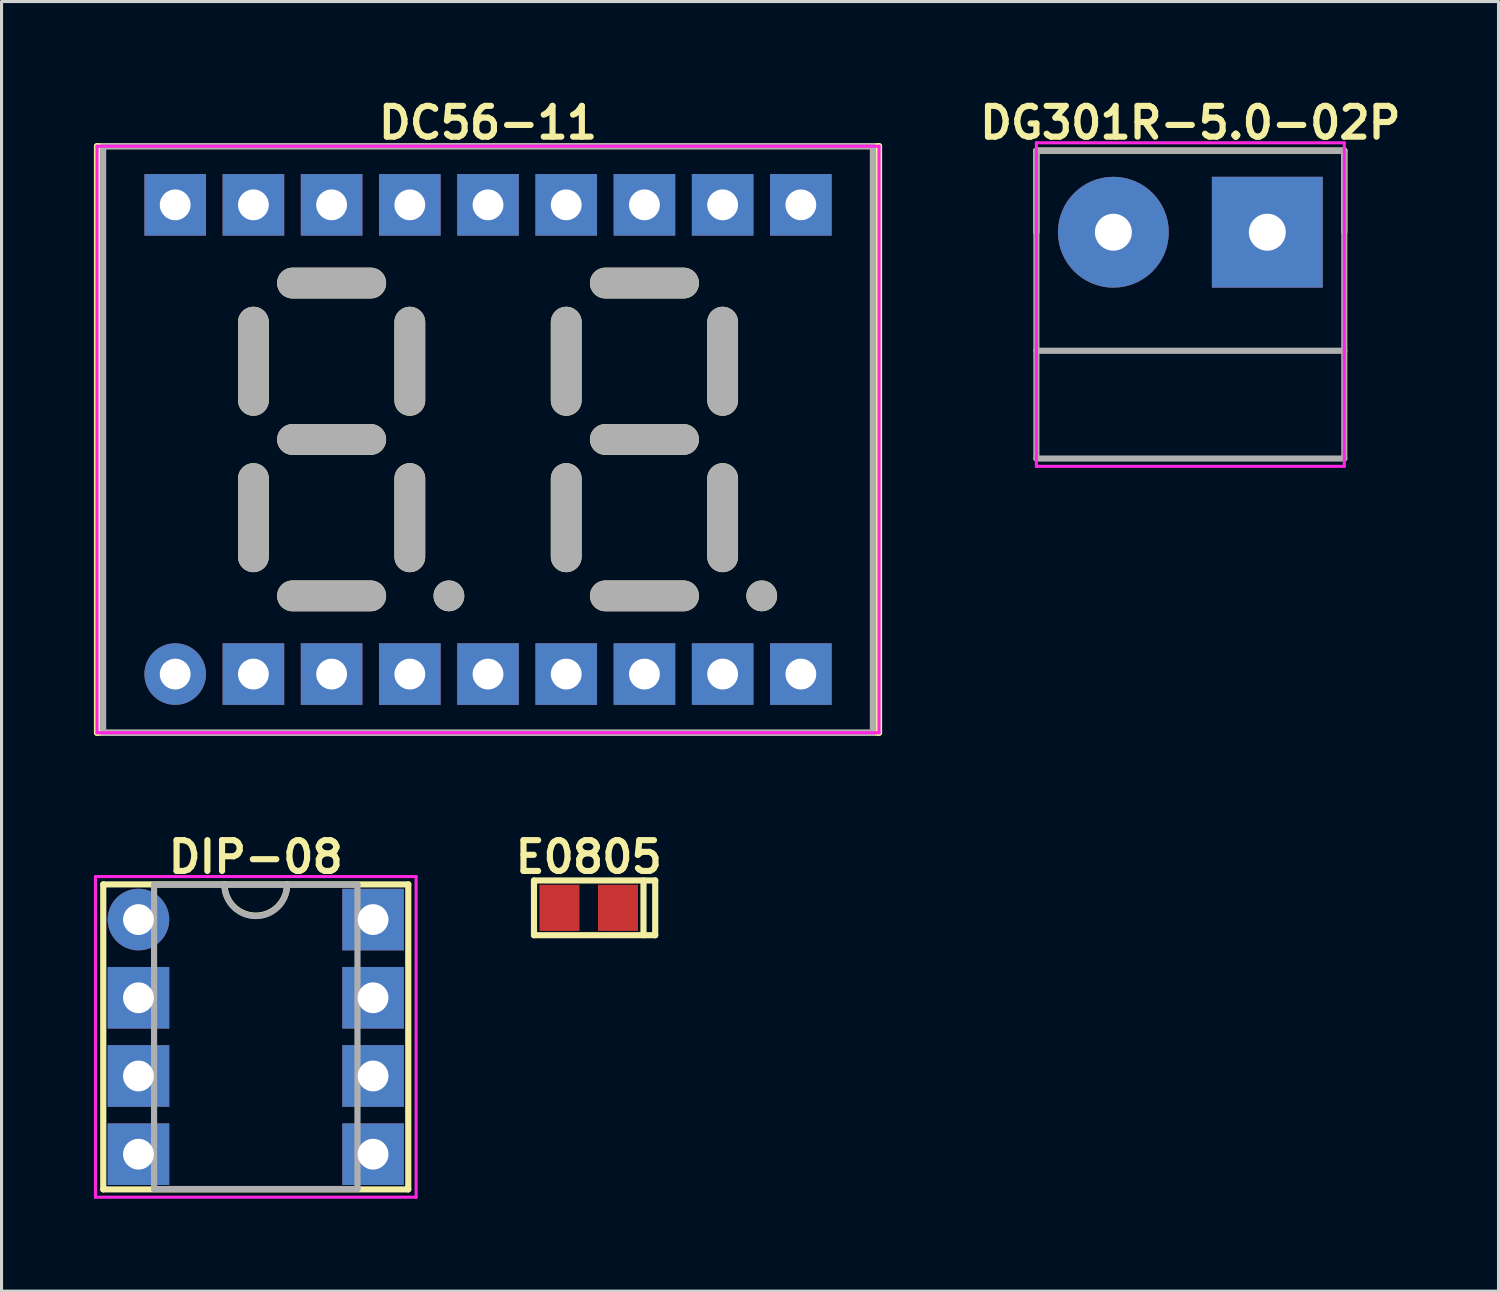
<source format=kicad_pcb>
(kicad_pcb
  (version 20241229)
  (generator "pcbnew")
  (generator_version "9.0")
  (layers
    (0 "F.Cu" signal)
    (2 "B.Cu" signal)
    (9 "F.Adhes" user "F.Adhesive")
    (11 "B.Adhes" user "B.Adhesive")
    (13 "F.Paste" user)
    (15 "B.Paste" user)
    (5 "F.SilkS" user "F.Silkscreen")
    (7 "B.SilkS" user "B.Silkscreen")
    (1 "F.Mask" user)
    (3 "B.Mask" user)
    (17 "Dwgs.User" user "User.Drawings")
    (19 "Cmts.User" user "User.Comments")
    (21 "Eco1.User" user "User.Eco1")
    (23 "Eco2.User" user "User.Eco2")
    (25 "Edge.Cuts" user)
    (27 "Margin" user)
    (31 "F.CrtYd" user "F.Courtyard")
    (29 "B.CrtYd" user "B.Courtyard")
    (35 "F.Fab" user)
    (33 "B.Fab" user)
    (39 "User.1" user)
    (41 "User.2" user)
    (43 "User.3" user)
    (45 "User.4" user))
  (footprint "DIP-08"
    (layer "F.Cu")
    (at 5.257 30.626)
    (property "Reference" "DIP-08" (at 0 -5.842 0) (layer "F.SilkS") (effects (font (size 1 1) (thickness 0.2))))
    (attr through_hole)
    (fp_line (start -4.953 -4.953) (end -4.953 4.953) (stroke (width 0.2) (type solid)) (layer "F.SilkS"))
    (fp_line (start -4.953 -4.953) (end 4.953 -4.953) (stroke (width 0.2) (type solid)) (layer "F.SilkS"))
    (fp_line (start -4.953 4.953) (end 4.953 4.953) (stroke (width 0.2) (type solid)) (layer "F.SilkS"))
    (fp_line (start 4.953 -4.953) (end 4.953 4.953) (stroke (width 0.2) (type solid)) (layer "F.SilkS"))
    (fp_arc (start 1.016 -4.953) (mid 0 -3.937) (end -1.016 -4.953) (stroke (width 0.2) (type solid)) (layer "F.SilkS"))
    (fp_line (start -5.207 -5.207) (end -5.207 5.207) (stroke (width 0.1) (type solid)) (layer "F.CrtYd"))
    (fp_line (start -5.207 -5.207) (end 5.207 -5.207) (stroke (width 0.1) (type solid)) (layer "F.CrtYd"))
    (fp_line (start -5.207 5.207) (end 5.207 5.207) (stroke (width 0.1) (type solid)) (layer "F.CrtYd"))
    (fp_line (start 5.207 -5.207) (end 5.207 5.207) (stroke (width 0.1) (type solid)) (layer "F.CrtYd"))
    (fp_line (start -3.303 -4.94) (end -3.303 4.94) (stroke (width 0.2) (type solid)) (layer "F.Fab"))
    (fp_line (start -3.303 -4.94) (end 3.303 -4.94) (stroke (width 0.2) (type solid)) (layer "F.Fab"))
    (fp_line (start -3.303 4.94) (end 3.303 4.94) (stroke (width 0.2) (type solid)) (layer "F.Fab"))
    (fp_line (start 3.303 -4.94) (end 3.303 4.94) (stroke (width 0.2) (type solid)) (layer "F.Fab"))
    (fp_arc (start 1.016 -4.94) (mid 0 -3.924) (end -1.016 -4.94) (stroke (width 0.2) (type solid)) (layer "F.Fab"))
    (pad "1" thru_hole circle (at -3.81 -3.81) (size 2 2) (drill 1) (layers "*.Cu" "*.Mask"))
    (pad "2" thru_hole rect (at -3.81 -1.27) (size 2 2) (drill 1) (layers "*.Cu" "*.Mask"))
    (pad "3" thru_hole rect (at -3.81 1.27) (size 2 2) (drill 1) (layers "*.Cu" "*.Mask"))
    (pad "4" thru_hole rect (at -3.81 3.81) (size 2 2) (drill 1) (layers "*.Cu" "*.Mask"))
    (pad "5" thru_hole rect (at 3.81 3.81) (size 2 2) (drill 1) (layers "*.Cu" "*.Mask"))
    (pad "6" thru_hole rect (at 3.81 1.27) (size 2 2) (drill 1) (layers "*.Cu" "*.Mask"))
    (pad "7" thru_hole rect (at 3.81 -1.27) (size 2 2) (drill 1) (layers "*.Cu" "*.Mask"))
    (pad "8" thru_hole rect (at 3.81 -3.81) (size 2 2) (drill 1) (layers "*.Cu" "*.Mask")))
  (footprint "E0805"
    (layer "F.Cu")
    (at 16.071 26.435)
    (property "Reference" "E0805" (at 0 -1.651 0) (layer "F.SilkS") (effects (font (size 1 1) (thickness 0.2))))
    (attr through_hole)
    (fp_line (start -1.778 -0.889) (end 2.159 -0.889) (stroke (width 0.2) (type solid)) (layer "F.SilkS"))
    (fp_line (start -1.778 0.889) (end -1.778 -0.889) (stroke (width 0.2) (type solid)) (layer "F.SilkS"))
    (fp_line (start -1.778 0.889) (end 2.159 0.889) (stroke (width 0.2) (type solid)) (layer "F.SilkS"))
    (fp_line (start 1.778 -0.889) (end 1.778 0.889) (stroke (width 0.2) (type solid)) (layer "F.SilkS"))
    (fp_line (start 2.159 -0.889) (end 2.159 0.889) (stroke (width 0.2) (type solid)) (layer "F.SilkS"))
    (pad "+" smd rect (at -0.95 0) (size 1.3 1.5) (layers "F.Cu" "F.Mask" "F.Paste"))
    (pad "-" smd rect (at 0.95 0) (size 1.3 1.5) (layers "F.Cu" "F.Mask" "F.Paste")))
  (footprint "DC56-11"
    (layer "F.Cu")
    (at 12.8 11.223)
    (property "Reference" "DC56-11" (at 0 -10.287 0) (layer "F.SilkS") (effects (font (size 1 1) (thickness 0.2))))
    (attr through_hole)
    (fp_line (start -12.7 -9.525) (end -12.7 9.525) (stroke (width 0.2) (type solid)) (layer "F.SilkS"))
    (fp_line (start -12.7 -9.525) (end 12.7 -9.525) (stroke (width 0.2) (type solid)) (layer "F.SilkS"))
    (fp_line (start -12.7 9.525) (end 12.7 9.525) (stroke (width 0.2) (type solid)) (layer "F.SilkS"))
    (fp_line (start -7.62 -3.81) (end -7.62 -1.27) (stroke (width 1) (type solid)) (layer "F.SilkS"))
    (fp_line (start -7.62 1.27) (end -7.62 3.81) (stroke (width 1) (type solid)) (layer "F.SilkS"))
    (fp_line (start -6.35 -5.08) (end -3.81 -5.08) (stroke (width 1) (type solid)) (layer "F.SilkS"))
    (fp_line (start -6.35 0) (end -3.81 0) (stroke (width 1) (type solid)) (layer "F.SilkS"))
    (fp_line (start -6.35 5.08) (end -3.81 5.08) (stroke (width 1) (type solid)) (layer "F.SilkS"))
    (fp_line (start -2.54 -3.81) (end -2.54 -1.27) (stroke (width 1) (type solid)) (layer "F.SilkS"))
    (fp_line (start -2.54 1.27) (end -2.54 3.81) (stroke (width 1) (type solid)) (layer "F.SilkS"))
    (fp_line (start 2.54 -3.81) (end 2.54 -1.27) (stroke (width 1) (type solid)) (layer "F.SilkS"))
    (fp_line (start 2.54 1.27) (end 2.54 3.81) (stroke (width 1) (type solid)) (layer "F.SilkS"))
    (fp_line (start 3.81 -5.08) (end 6.35 -5.08) (stroke (width 1) (type solid)) (layer "F.SilkS"))
    (fp_line (start 3.81 0) (end 6.35 0) (stroke (width 1) (type solid)) (layer "F.SilkS"))
    (fp_line (start 3.81 5.08) (end 6.35 5.08) (stroke (width 1) (type solid)) (layer "F.SilkS"))
    (fp_line (start 7.62 -3.81) (end 7.62 -1.27) (stroke (width 1) (type solid)) (layer "F.SilkS"))
    (fp_line (start 7.62 1.27) (end 7.62 3.81) (stroke (width 1) (type solid)) (layer "F.SilkS"))
    (fp_line (start 12.7 -9.525) (end 12.7 9.525) (stroke (width 0.2) (type solid)) (layer "F.SilkS"))
    (fp_circle (center -1.27 5.08) (end -1.02 5.08) (stroke (width 0.5) (type solid)) (fill no) (layer "F.SilkS"))
    (fp_circle (center 8.89 5.08) (end 9.14 5.08) (stroke (width 0.5) (type solid)) (fill no) (layer "F.SilkS"))
    (fp_line (start -12.7 -9.525) (end -12.7 9.525) (stroke (width 0.1) (type solid)) (layer "F.CrtYd"))
    (fp_line (start -12.7 -9.525) (end 12.7 -9.525) (stroke (width 0.1) (type solid)) (layer "F.CrtYd"))
    (fp_line (start -12.7 9.525) (end 12.7 9.525) (stroke (width 0.1) (type solid)) (layer "F.CrtYd"))
    (fp_line (start 12.7 -9.525) (end 12.7 9.525) (stroke (width 0.1) (type solid)) (layer "F.CrtYd"))
    (fp_line (start -12.5 -9.525) (end -12.5 9.525) (stroke (width 0.2) (type solid)) (layer "F.Fab"))
    (fp_line (start -12.5 -9.525) (end 12.5 -9.525) (stroke (width 0.2) (type solid)) (layer "F.Fab"))
    (fp_line (start -12.5 9.525) (end 12.5 9.525) (stroke (width 0.2) (type solid)) (layer "F.Fab"))
    (fp_line (start -7.62 -3.81) (end -7.62 -1.27) (stroke (width 1) (type solid)) (layer "F.Fab"))
    (fp_line (start -7.62 1.27) (end -7.62 3.81) (stroke (width 1) (type solid)) (layer "F.Fab"))
    (fp_line (start -6.35 -5.08) (end -3.81 -5.08) (stroke (width 1) (type solid)) (layer "F.Fab"))
    (fp_line (start -6.35 0) (end -3.81 0) (stroke (width 1) (type solid)) (layer "F.Fab"))
    (fp_line (start -6.35 5.08) (end -3.81 5.08) (stroke (width 1) (type solid)) (layer "F.Fab"))
    (fp_line (start -2.54 -3.81) (end -2.54 -1.27) (stroke (width 1) (type solid)) (layer "F.Fab"))
    (fp_line (start -2.54 1.27) (end -2.54 3.81) (stroke (width 1) (type solid)) (layer "F.Fab"))
    (fp_line (start 2.54 -3.81) (end 2.54 -1.27) (stroke (width 1) (type solid)) (layer "F.Fab"))
    (fp_line (start 2.54 1.27) (end 2.54 3.81) (stroke (width 1) (type solid)) (layer "F.Fab"))
    (fp_line (start 3.81 -5.08) (end 6.35 -5.08) (stroke (width 1) (type solid)) (layer "F.Fab"))
    (fp_line (start 3.81 0) (end 6.35 0) (stroke (width 1) (type solid)) (layer "F.Fab"))
    (fp_line (start 3.81 5.08) (end 6.35 5.08) (stroke (width 1) (type solid)) (layer "F.Fab"))
    (fp_line (start 7.62 -3.81) (end 7.62 -1.27) (stroke (width 1) (type solid)) (layer "F.Fab"))
    (fp_line (start 7.62 1.27) (end 7.62 3.81) (stroke (width 1) (type solid)) (layer "F.Fab"))
    (fp_line (start 12.5 -9.525) (end 12.5 9.525) (stroke (width 0.2) (type solid)) (layer "F.Fab"))
    (fp_circle (center -1.27 5.08) (end -1.02 5.08) (stroke (width 0.5) (type solid)) (fill no) (layer "F.Fab"))
    (fp_circle (center 8.89 5.08) (end 9.14 5.08) (stroke (width 0.5) (type solid)) (fill no) (layer "F.Fab"))
    (pad "A1A" thru_hole rect (at -5.08 -7.62) (size 2 2) (drill 1) (layers "B.Cu" "B.Mask"))
    (pad "A1B" thru_hole rect (at -2.54 -7.62) (size 2 2) (drill 1) (layers "B.Cu" "B.Mask"))
    (pad "A1C" thru_hole rect (at -5.08 7.62) (size 2 2) (drill 1) (layers "B.Cu" "B.Mask"))
    (pad "A1D" thru_hole rect (at -7.62 7.62) (size 2 2) (drill 1) (layers "B.Cu" "B.Mask"))
    (pad "A1E" thru_hole circle (at -10.16 7.62) (size 2 2) (drill 1) (layers "B.Cu" "B.Mask"))
    (pad "A1F" thru_hole rect (at -10.16 -7.62) (size 2 2) (drill 1) (layers "B.Cu" "B.Mask"))
    (pad "A1G" thru_hole rect (at -7.62 -7.62) (size 2 2) (drill 1) (layers "B.Cu" "B.Mask"))
    (pad "A1H" thru_hole rect (at -2.54 7.62) (size 2 2) (drill 1) (layers "B.Cu" "B.Mask"))
    (pad "A2A" thru_hole rect (at 7.62 -7.62) (size 2 2) (drill 1) (layers "B.Cu" "B.Mask"))
    (pad "A2B" thru_hole rect (at 10.16 -7.62) (size 2 2) (drill 1) (layers "B.Cu" "B.Mask"))
    (pad "A2C" thru_hole rect (at 7.62 7.62) (size 2 2) (drill 1) (layers "B.Cu" "B.Mask"))
    (pad "A2D" thru_hole rect (at 2.54 7.62) (size 2 2) (drill 1) (layers "B.Cu" "B.Mask"))
    (pad "A2E" thru_hole rect (at 0 7.62) (size 2 2) (drill 1) (layers "B.Cu" "B.Mask"))
    (pad "A2F" thru_hole rect (at 5.08 -7.62) (size 2 2) (drill 1) (layers "B.Cu" "B.Mask"))
    (pad "A2G" thru_hole rect (at 5.08 7.62) (size 2 2) (drill 1) (layers "B.Cu" "B.Mask"))
    (pad "A2H" thru_hole rect (at 10.16 7.62) (size 2 2) (drill 1) (layers "B.Cu" "B.Mask"))
    (pad "C1" thru_hole rect (at 0 -7.62) (size 2 2) (drill 1) (layers "B.Cu" "B.Mask"))
    (pad "C2" thru_hole rect (at 2.54 -7.62) (size 2 2) (drill 1) (layers "B.Cu" "B.Mask")))
  (footprint "DG301R-5.0-02P"
    (layer "F.Cu")
    (at 35.61 4.492)
    (property "Reference" "DG301R-5.0-02P" (at 0 -3.556 0) (layer "F.SilkS") (effects (font (size 1 1) (thickness 0.2))))
    (attr through_hole)
    (fp_line (start -5 -2.65) (end -5 0) (stroke (width 0.2) (type solid)) (layer "F.SilkS"))
    (fp_line (start -5 -2.65) (end 5 -2.65) (stroke (width 0.2) (type solid)) (layer "F.SilkS"))
    (fp_line (start 5 -2.65) (end 5 0) (stroke (width 0.2) (type solid)) (layer "F.SilkS"))
    (fp_line (start -5 -2.904) (end -5 7.604) (stroke (width 0.1) (type solid)) (layer "F.CrtYd"))
    (fp_line (start -5 -2.904) (end 5 -2.904) (stroke (width 0.1) (type solid)) (layer "F.CrtYd"))
    (fp_line (start -5 7.604) (end 5 7.604) (stroke (width 0.1) (type solid)) (layer "F.CrtYd"))
    (fp_line (start 5 -2.904) (end 5 7.604) (stroke (width 0.1) (type solid)) (layer "F.CrtYd"))
    (fp_line (start -5 -2.65) (end -5 7.35) (stroke (width 0.2) (type solid)) (layer "F.Fab"))
    (fp_line (start -5 -2.65) (end 5 -2.65) (stroke (width 0.2) (type solid)) (layer "F.Fab"))
    (fp_line (start -5 3.85) (end 5 3.85) (stroke (width 0.2) (type solid)) (layer "F.Fab"))
    (fp_line (start -5 7.35) (end 5 7.35) (stroke (width 0.2) (type solid)) (layer "F.Fab"))
    (fp_line (start 5 -2.65) (end 5 7.35) (stroke (width 0.2) (type solid)) (layer "F.Fab"))
    (pad "1" thru_hole circle (at -2.5 0) (size 3.6 3.6) (drill 1.2) (layers "*.Mask" "B.Cu"))
    (pad "2" thru_hole rect (at 2.5 0) (size 3.6 3.6) (drill 1.2) (layers "*.Mask" "B.Cu")))
  (gr_rect
    (start -3 -3)
    (end 45.619 38.883)
    (stroke (width 0.1) (type default))
    (fill no)
    (layer "Edge.Cuts")))
</source>
